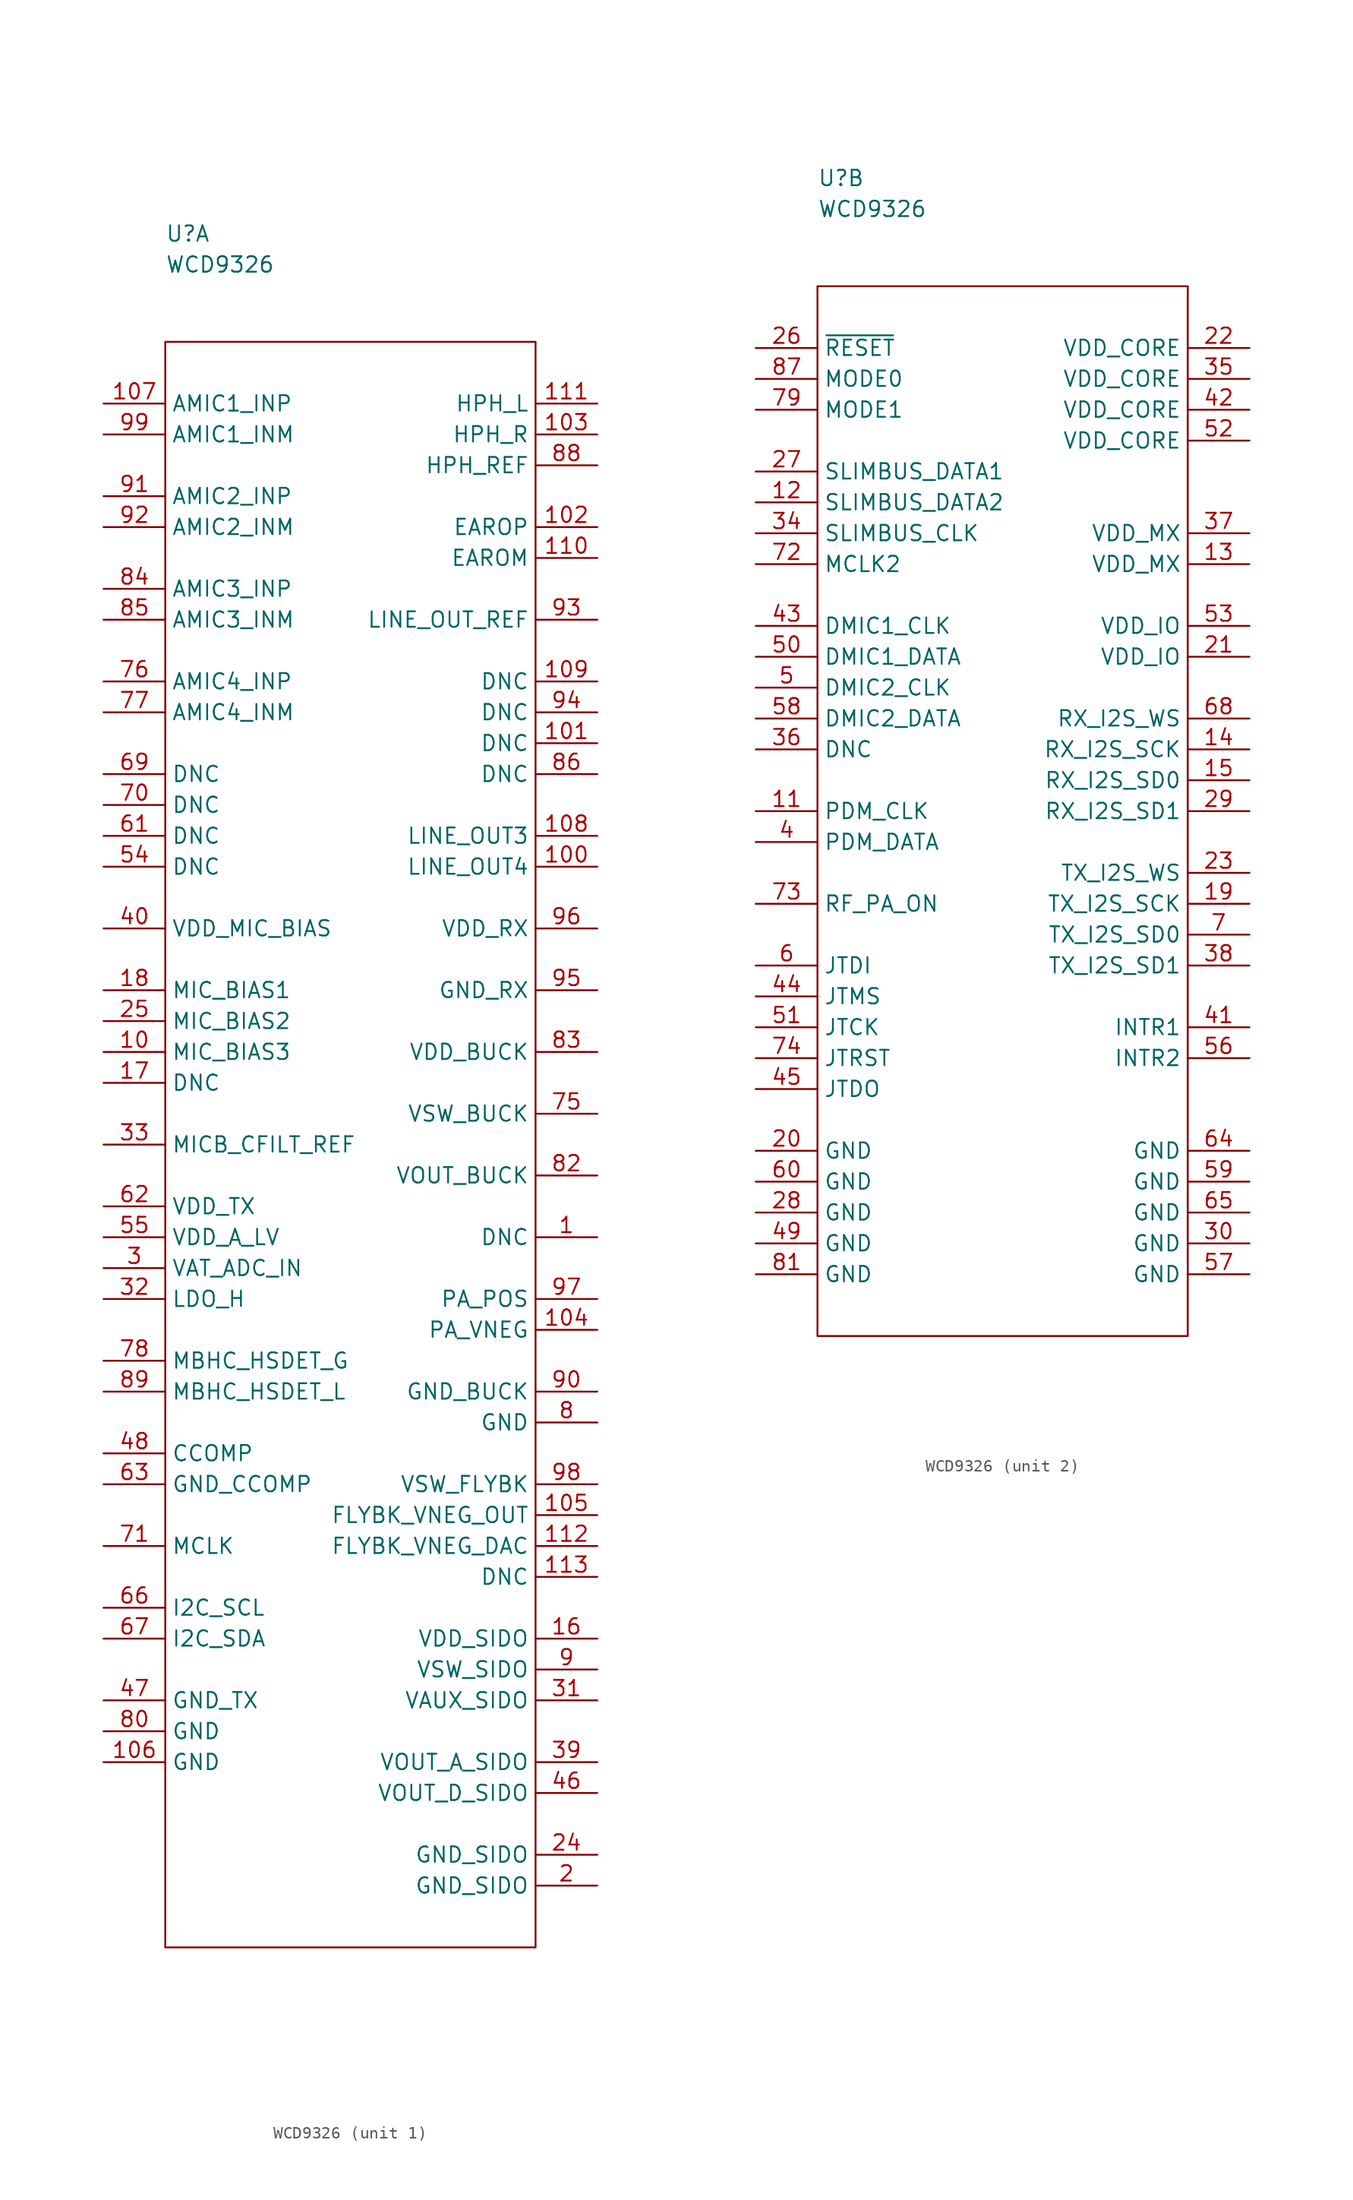
<source format=kicad_sym>
(kicad_symbol_lib
  (version 20211014)
  (generator kicad_symbol_editor)
  (symbol "WCD9326"
    (property "Reference" "U"
      (at 0 8.89 0)
      (effects (font (size 1.27 1.27)) (justify left)))
    (property "Value" "WCD9326"
      (at 0 6.35 0)
      (effects (font (size 1.27 1.27)) (justify left)))
    (property "ki_locked" ""
      (at 0 0 0)
      (effects (font (size 1.27 1.27))))
    (symbol "WCD9326_1_1"
      (rectangle (start 0 0) (end 30.48 -132.08) (stroke (width 0.152) (type default) (color 0 0 0 0)) (fill (type none)))
      (pin passive line (at 35.56 -73.66 180) (length 5.08) (name "DNC" (effects (font (size 1.27 1.27)))) (number "1" (effects (font (size 1.27 1.27)))))
      (pin passive line (at -5.08 -58.42 0) (length 5.08) (name "MIC_BIAS3" (effects (font (size 1.27 1.27)))) (number "10" (effects (font (size 1.27 1.27)))))
      (pin passive line (at 35.56 -43.18 180) (length 5.08) (name "LINE_OUT4" (effects (font (size 1.27 1.27)))) (number "100" (effects (font (size 1.27 1.27)))))
      (pin passive line (at 35.56 -33.02 180) (length 5.08) (name "DNC" (effects (font (size 1.27 1.27)))) (number "101" (effects (font (size 1.27 1.27)))))
      (pin passive line (at 35.56 -15.24 180) (length 5.08) (name "EAROP" (effects (font (size 1.27 1.27)))) (number "102" (effects (font (size 1.27 1.27)))))
      (pin passive line (at 35.56 -7.62 180) (length 5.08) (name "HPH_R" (effects (font (size 1.27 1.27)))) (number "103" (effects (font (size 1.27 1.27)))))
      (pin passive line (at 35.56 -81.28 180) (length 5.08) (name "PA_VNEG" (effects (font (size 1.27 1.27)))) (number "104" (effects (font (size 1.27 1.27)))))
      (pin passive line (at 35.56 -96.52 180) (length 5.08) (name "FLYBK_VNEG_OUT" (effects (font (size 1.27 1.27)))) (number "105" (effects (font (size 1.27 1.27)))))
      (pin passive line (at -5.08 -116.84 0) (length 5.08) (name "GND" (effects (font (size 1.27 1.27)))) (number "106" (effects (font (size 1.27 1.27)))))
      (pin passive line (at -5.08 -5.08 0) (length 5.08) (name "AMIC1_INP" (effects (font (size 1.27 1.27)))) (number "107" (effects (font (size 1.27 1.27)))))
      (pin passive line (at 35.56 -40.64 180) (length 5.08) (name "LINE_OUT3" (effects (font (size 1.27 1.27)))) (number "108" (effects (font (size 1.27 1.27)))))
      (pin passive line (at 35.56 -27.94 180) (length 5.08) (name "DNC" (effects (font (size 1.27 1.27)))) (number "109" (effects (font (size 1.27 1.27)))))
      (pin passive line (at 35.56 -17.78 180) (length 5.08) (name "EAROM" (effects (font (size 1.27 1.27)))) (number "110" (effects (font (size 1.27 1.27)))))
      (pin passive line (at 35.56 -5.08 180) (length 5.08) (name "HPH_L" (effects (font (size 1.27 1.27)))) (number "111" (effects (font (size 1.27 1.27)))))
      (pin passive line (at 35.56 -99.06 180) (length 5.08) (name "FLYBK_VNEG_DAC" (effects (font (size 1.27 1.27)))) (number "112" (effects (font (size 1.27 1.27)))))
      (pin passive line (at 35.56 -101.6 180) (length 5.08) (name "DNC" (effects (font (size 1.27 1.27)))) (number "113" (effects (font (size 1.27 1.27)))))
      (pin passive line (at 35.56 -106.68 180) (length 5.08) (name "VDD_SIDO" (effects (font (size 1.27 1.27)))) (number "16" (effects (font (size 1.27 1.27)))))
      (pin passive line (at -5.08 -60.96 0) (length 5.08) (name "DNC" (effects (font (size 1.27 1.27)))) (number "17" (effects (font (size 1.27 1.27)))))
      (pin passive line (at -5.08 -53.34 0) (length 5.08) (name "MIC_BIAS1" (effects (font (size 1.27 1.27)))) (number "18" (effects (font (size 1.27 1.27)))))
      (pin passive line (at 35.56 -127 180) (length 5.08) (name "GND_SIDO" (effects (font (size 1.27 1.27)))) (number "2" (effects (font (size 1.27 1.27)))))
      (pin passive line (at 35.56 -124.46 180) (length 5.08) (name "GND_SIDO" (effects (font (size 1.27 1.27)))) (number "24" (effects (font (size 1.27 1.27)))))
      (pin passive line (at -5.08 -55.88 0) (length 5.08) (name "MIC_BIAS2" (effects (font (size 1.27 1.27)))) (number "25" (effects (font (size 1.27 1.27)))))
      (pin passive line (at -5.08 -76.2 0) (length 5.08) (name "VAT_ADC_IN" (effects (font (size 1.27 1.27)))) (number "3" (effects (font (size 1.27 1.27)))))
      (pin passive line (at 35.56 -111.76 180) (length 5.08) (name "VAUX_SIDO" (effects (font (size 1.27 1.27)))) (number "31" (effects (font (size 1.27 1.27)))))
      (pin passive line (at -5.08 -78.74 0) (length 5.08) (name "LDO_H" (effects (font (size 1.27 1.27)))) (number "32" (effects (font (size 1.27 1.27)))))
      (pin passive line (at -5.08 -66.04 0) (length 5.08) (name "MICB_CFILT_REF" (effects (font (size 1.27 1.27)))) (number "33" (effects (font (size 1.27 1.27)))))
      (pin passive line (at 35.56 -116.84 180) (length 5.08) (name "VOUT_A_SIDO" (effects (font (size 1.27 1.27)))) (number "39" (effects (font (size 1.27 1.27)))))
      (pin passive line (at -5.08 -48.26 0) (length 5.08) (name "VDD_MIC_BIAS" (effects (font (size 1.27 1.27)))) (number "40" (effects (font (size 1.27 1.27)))))
      (pin passive line (at 35.56 -119.38 180) (length 5.08) (name "VOUT_D_SIDO" (effects (font (size 1.27 1.27)))) (number "46" (effects (font (size 1.27 1.27)))))
      (pin passive line (at -5.08 -111.76 0) (length 5.08) (name "GND_TX" (effects (font (size 1.27 1.27)))) (number "47" (effects (font (size 1.27 1.27)))))
      (pin passive line (at -5.08 -91.44 0) (length 5.08) (name "CCOMP" (effects (font (size 1.27 1.27)))) (number "48" (effects (font (size 1.27 1.27)))))
      (pin passive line (at -5.08 -43.18 0) (length 5.08) (name "DNC" (effects (font (size 1.27 1.27)))) (number "54" (effects (font (size 1.27 1.27)))))
      (pin passive line (at -5.08 -73.66 0) (length 5.08) (name "VDD_A_LV" (effects (font (size 1.27 1.27)))) (number "55" (effects (font (size 1.27 1.27)))))
      (pin passive line (at -5.08 -40.64 0) (length 5.08) (name "DNC" (effects (font (size 1.27 1.27)))) (number "61" (effects (font (size 1.27 1.27)))))
      (pin passive line (at -5.08 -71.12 0) (length 5.08) (name "VDD_TX" (effects (font (size 1.27 1.27)))) (number "62" (effects (font (size 1.27 1.27)))))
      (pin passive line (at -5.08 -93.98 0) (length 5.08) (name "GND_CCOMP" (effects (font (size 1.27 1.27)))) (number "63" (effects (font (size 1.27 1.27)))))
      (pin passive line (at -5.08 -104.14 0) (length 5.08) (name "I2C_SCL" (effects (font (size 1.27 1.27)))) (number "66" (effects (font (size 1.27 1.27)))))
      (pin passive line (at -5.08 -106.68 0) (length 5.08) (name "I2C_SDA" (effects (font (size 1.27 1.27)))) (number "67" (effects (font (size 1.27 1.27)))))
      (pin passive line (at -5.08 -35.56 0) (length 5.08) (name "DNC" (effects (font (size 1.27 1.27)))) (number "69" (effects (font (size 1.27 1.27)))))
      (pin passive line (at -5.08 -38.1 0) (length 5.08) (name "DNC" (effects (font (size 1.27 1.27)))) (number "70" (effects (font (size 1.27 1.27)))))
      (pin passive line (at -5.08 -99.06 0) (length 5.08) (name "MCLK" (effects (font (size 1.27 1.27)))) (number "71" (effects (font (size 1.27 1.27)))))
      (pin passive line (at 35.56 -63.5 180) (length 5.08) (name "VSW_BUCK" (effects (font (size 1.27 1.27)))) (number "75" (effects (font (size 1.27 1.27)))))
      (pin passive line (at -5.08 -27.94 0) (length 5.08) (name "AMIC4_INP" (effects (font (size 1.27 1.27)))) (number "76" (effects (font (size 1.27 1.27)))))
      (pin passive line (at -5.08 -30.48 0) (length 5.08) (name "AMIC4_INM" (effects (font (size 1.27 1.27)))) (number "77" (effects (font (size 1.27 1.27)))))
      (pin passive line (at -5.08 -83.82 0) (length 5.08) (name "MBHC_HSDET_G" (effects (font (size 1.27 1.27)))) (number "78" (effects (font (size 1.27 1.27)))))
      (pin passive line (at 35.56 -88.9 180) (length 5.08) (name "GND" (effects (font (size 1.27 1.27)))) (number "8" (effects (font (size 1.27 1.27)))))
      (pin passive line (at -5.08 -114.3 0) (length 5.08) (name "GND" (effects (font (size 1.27 1.27)))) (number "80" (effects (font (size 1.27 1.27)))))
      (pin passive line (at 35.56 -68.58 180) (length 5.08) (name "VOUT_BUCK" (effects (font (size 1.27 1.27)))) (number "82" (effects (font (size 1.27 1.27)))))
      (pin passive line (at 35.56 -58.42 180) (length 5.08) (name "VDD_BUCK" (effects (font (size 1.27 1.27)))) (number "83" (effects (font (size 1.27 1.27)))))
      (pin passive line (at -5.08 -20.32 0) (length 5.08) (name "AMIC3_INP" (effects (font (size 1.27 1.27)))) (number "84" (effects (font (size 1.27 1.27)))))
      (pin passive line (at -5.08 -22.86 0) (length 5.08) (name "AMIC3_INM" (effects (font (size 1.27 1.27)))) (number "85" (effects (font (size 1.27 1.27)))))
      (pin passive line (at 35.56 -35.56 180) (length 5.08) (name "DNC" (effects (font (size 1.27 1.27)))) (number "86" (effects (font (size 1.27 1.27)))))
      (pin passive line (at 35.56 -10.16 180) (length 5.08) (name "HPH_REF" (effects (font (size 1.27 1.27)))) (number "88" (effects (font (size 1.27 1.27)))))
      (pin passive line (at -5.08 -86.36 0) (length 5.08) (name "MBHC_HSDET_L" (effects (font (size 1.27 1.27)))) (number "89" (effects (font (size 1.27 1.27)))))
      (pin passive line (at 35.56 -109.22 180) (length 5.08) (name "VSW_SIDO" (effects (font (size 1.27 1.27)))) (number "9" (effects (font (size 1.27 1.27)))))
      (pin passive line (at 35.56 -86.36 180) (length 5.08) (name "GND_BUCK" (effects (font (size 1.27 1.27)))) (number "90" (effects (font (size 1.27 1.27)))))
      (pin passive line (at -5.08 -12.7 0) (length 5.08) (name "AMIC2_INP" (effects (font (size 1.27 1.27)))) (number "91" (effects (font (size 1.27 1.27)))))
      (pin passive line (at -5.08 -15.24 0) (length 5.08) (name "AMIC2_INM" (effects (font (size 1.27 1.27)))) (number "92" (effects (font (size 1.27 1.27)))))
      (pin passive line (at 35.56 -22.86 180) (length 5.08) (name "LINE_OUT_REF" (effects (font (size 1.27 1.27)))) (number "93" (effects (font (size 1.27 1.27)))))
      (pin passive line (at 35.56 -30.48 180) (length 5.08) (name "DNC" (effects (font (size 1.27 1.27)))) (number "94" (effects (font (size 1.27 1.27)))))
      (pin passive line (at 35.56 -53.34 180) (length 5.08) (name "GND_RX" (effects (font (size 1.27 1.27)))) (number "95" (effects (font (size 1.27 1.27)))))
      (pin passive line (at 35.56 -48.26 180) (length 5.08) (name "VDD_RX" (effects (font (size 1.27 1.27)))) (number "96" (effects (font (size 1.27 1.27)))))
      (pin passive line (at 35.56 -78.74 180) (length 5.08) (name "PA_POS" (effects (font (size 1.27 1.27)))) (number "97" (effects (font (size 1.27 1.27)))))
      (pin passive line (at 35.56 -93.98 180) (length 5.08) (name "VSW_FLYBK" (effects (font (size 1.27 1.27)))) (number "98" (effects (font (size 1.27 1.27)))))
      (pin passive line (at -5.08 -7.62 0) (length 5.08) (name "AMIC1_INM" (effects (font (size 1.27 1.27)))) (number "99" (effects (font (size 1.27 1.27))))))
    (symbol "WCD9326_2_1"
      (rectangle (start 0 0) (end 30.48 -86.36) (stroke (width 0.152) (type default) (color 0 0 0 0)) (fill (type none)))
      (pin passive line (at -5.08 -43.18 0) (length 5.08) (name "PDM_CLK" (effects (font (size 1.27 1.27)))) (number "11" (effects (font (size 1.27 1.27)))))
      (pin passive line (at -5.08 -17.78 0) (length 5.08) (name "SLIMBUS_DATA2" (effects (font (size 1.27 1.27)))) (number "12" (effects (font (size 1.27 1.27)))))
      (pin passive line (at 35.56 -22.86 180) (length 5.08) (name "VDD_MX" (effects (font (size 1.27 1.27)))) (number "13" (effects (font (size 1.27 1.27)))))
      (pin passive line (at 35.56 -38.1 180) (length 5.08) (name "RX_I2S_SCK" (effects (font (size 1.27 1.27)))) (number "14" (effects (font (size 1.27 1.27)))))
      (pin passive line (at 35.56 -40.64 180) (length 5.08) (name "RX_I2S_SD0" (effects (font (size 1.27 1.27)))) (number "15" (effects (font (size 1.27 1.27)))))
      (pin passive line (at 35.56 -50.8 180) (length 5.08) (name "TX_I2S_SCK" (effects (font (size 1.27 1.27)))) (number "19" (effects (font (size 1.27 1.27)))))
      (pin passive line (at -5.08 -71.12 0) (length 5.08) (name "GND" (effects (font (size 1.27 1.27)))) (number "20" (effects (font (size 1.27 1.27)))))
      (pin passive line (at 35.56 -30.48 180) (length 5.08) (name "VDD_IO" (effects (font (size 1.27 1.27)))) (number "21" (effects (font (size 1.27 1.27)))))
      (pin passive line (at 35.56 -5.08 180) (length 5.08) (name "VDD_CORE" (effects (font (size 1.27 1.27)))) (number "22" (effects (font (size 1.27 1.27)))))
      (pin passive line (at 35.56 -48.26 180) (length 5.08) (name "TX_I2S_WS" (effects (font (size 1.27 1.27)))) (number "23" (effects (font (size 1.27 1.27)))))
      (pin passive line (at -5.08 -5.08 0) (length 5.08) (name "~{RESET}" (effects (font (size 1.27 1.27)))) (number "26" (effects (font (size 1.27 1.27)))))
      (pin passive line (at -5.08 -15.24 0) (length 5.08) (name "SLIMBUS_DATA1" (effects (font (size 1.27 1.27)))) (number "27" (effects (font (size 1.27 1.27)))))
      (pin passive line (at -5.08 -76.2 0) (length 5.08) (name "GND" (effects (font (size 1.27 1.27)))) (number "28" (effects (font (size 1.27 1.27)))))
      (pin passive line (at 35.56 -43.18 180) (length 5.08) (name "RX_I2S_SD1" (effects (font (size 1.27 1.27)))) (number "29" (effects (font (size 1.27 1.27)))))
      (pin passive line (at 35.56 -78.74 180) (length 5.08) (name "GND" (effects (font (size 1.27 1.27)))) (number "30" (effects (font (size 1.27 1.27)))))
      (pin passive line (at -5.08 -20.32 0) (length 5.08) (name "SLIMBUS_CLK" (effects (font (size 1.27 1.27)))) (number "34" (effects (font (size 1.27 1.27)))))
      (pin passive line (at 35.56 -7.62 180) (length 5.08) (name "VDD_CORE" (effects (font (size 1.27 1.27)))) (number "35" (effects (font (size 1.27 1.27)))))
      (pin passive line (at -5.08 -38.1 0) (length 5.08) (name "DNC" (effects (font (size 1.27 1.27)))) (number "36" (effects (font (size 1.27 1.27)))))
      (pin passive line (at 35.56 -20.32 180) (length 5.08) (name "VDD_MX" (effects (font (size 1.27 1.27)))) (number "37" (effects (font (size 1.27 1.27)))))
      (pin passive line (at 35.56 -55.88 180) (length 5.08) (name "TX_I2S_SD1" (effects (font (size 1.27 1.27)))) (number "38" (effects (font (size 1.27 1.27)))))
      (pin passive line (at -5.08 -45.72 0) (length 5.08) (name "PDM_DATA" (effects (font (size 1.27 1.27)))) (number "4" (effects (font (size 1.27 1.27)))))
      (pin passive line (at 35.56 -60.96 180) (length 5.08) (name "INTR1" (effects (font (size 1.27 1.27)))) (number "41" (effects (font (size 1.27 1.27)))))
      (pin passive line (at 35.56 -10.16 180) (length 5.08) (name "VDD_CORE" (effects (font (size 1.27 1.27)))) (number "42" (effects (font (size 1.27 1.27)))))
      (pin passive line (at -5.08 -27.94 0) (length 5.08) (name "DMIC1_CLK" (effects (font (size 1.27 1.27)))) (number "43" (effects (font (size 1.27 1.27)))))
      (pin passive line (at -5.08 -58.42 0) (length 5.08) (name "JTMS" (effects (font (size 1.27 1.27)))) (number "44" (effects (font (size 1.27 1.27)))))
      (pin passive line (at -5.08 -66.04 0) (length 5.08) (name "JTDO" (effects (font (size 1.27 1.27)))) (number "45" (effects (font (size 1.27 1.27)))))
      (pin passive line (at -5.08 -78.74 0) (length 5.08) (name "GND" (effects (font (size 1.27 1.27)))) (number "49" (effects (font (size 1.27 1.27)))))
      (pin passive line (at -5.08 -33.02 0) (length 5.08) (name "DMIC2_CLK" (effects (font (size 1.27 1.27)))) (number "5" (effects (font (size 1.27 1.27)))))
      (pin passive line (at -5.08 -30.48 0) (length 5.08) (name "DMIC1_DATA" (effects (font (size 1.27 1.27)))) (number "50" (effects (font (size 1.27 1.27)))))
      (pin passive line (at -5.08 -60.96 0) (length 5.08) (name "JTCK" (effects (font (size 1.27 1.27)))) (number "51" (effects (font (size 1.27 1.27)))))
      (pin passive line (at 35.56 -12.7 180) (length 5.08) (name "VDD_CORE" (effects (font (size 1.27 1.27)))) (number "52" (effects (font (size 1.27 1.27)))))
      (pin passive line (at 35.56 -27.94 180) (length 5.08) (name "VDD_IO" (effects (font (size 1.27 1.27)))) (number "53" (effects (font (size 1.27 1.27)))))
      (pin passive line (at 35.56 -63.5 180) (length 5.08) (name "INTR2" (effects (font (size 1.27 1.27)))) (number "56" (effects (font (size 1.27 1.27)))))
      (pin passive line (at 35.56 -81.28 180) (length 5.08) (name "GND" (effects (font (size 1.27 1.27)))) (number "57" (effects (font (size 1.27 1.27)))))
      (pin passive line (at -5.08 -35.56 0) (length 5.08) (name "DMIC2_DATA" (effects (font (size 1.27 1.27)))) (number "58" (effects (font (size 1.27 1.27)))))
      (pin passive line (at 35.56 -73.66 180) (length 5.08) (name "GND" (effects (font (size 1.27 1.27)))) (number "59" (effects (font (size 1.27 1.27)))))
      (pin passive line (at -5.08 -55.88 0) (length 5.08) (name "JTDI" (effects (font (size 1.27 1.27)))) (number "6" (effects (font (size 1.27 1.27)))))
      (pin passive line (at -5.08 -73.66 0) (length 5.08) (name "GND" (effects (font (size 1.27 1.27)))) (number "60" (effects (font (size 1.27 1.27)))))
      (pin passive line (at 35.56 -71.12 180) (length 5.08) (name "GND" (effects (font (size 1.27 1.27)))) (number "64" (effects (font (size 1.27 1.27)))))
      (pin passive line (at 35.56 -76.2 180) (length 5.08) (name "GND" (effects (font (size 1.27 1.27)))) (number "65" (effects (font (size 1.27 1.27)))))
      (pin passive line (at 35.56 -35.56 180) (length 5.08) (name "RX_I2S_WS" (effects (font (size 1.27 1.27)))) (number "68" (effects (font (size 1.27 1.27)))))
      (pin passive line (at 35.56 -53.34 180) (length 5.08) (name "TX_I2S_SD0" (effects (font (size 1.27 1.27)))) (number "7" (effects (font (size 1.27 1.27)))))
      (pin passive line (at -5.08 -22.86 0) (length 5.08) (name "MCLK2" (effects (font (size 1.27 1.27)))) (number "72" (effects (font (size 1.27 1.27)))))
      (pin passive line (at -5.08 -50.8 0) (length 5.08) (name "RF_PA_ON" (effects (font (size 1.27 1.27)))) (number "73" (effects (font (size 1.27 1.27)))))
      (pin passive line (at -5.08 -63.5 0) (length 5.08) (name "JTRST" (effects (font (size 1.27 1.27)))) (number "74" (effects (font (size 1.27 1.27)))))
      (pin passive line (at -5.08 -10.16 0) (length 5.08) (name "MODE1" (effects (font (size 1.27 1.27)))) (number "79" (effects (font (size 1.27 1.27)))))
      (pin passive line (at -5.08 -81.28 0) (length 5.08) (name "GND" (effects (font (size 1.27 1.27)))) (number "81" (effects (font (size 1.27 1.27)))))
      (pin passive line (at -5.08 -7.62 0) (length 5.08) (name "MODE0" (effects (font (size 1.27 1.27)))) (number "87" (effects (font (size 1.27 1.27))))))))
</source>
